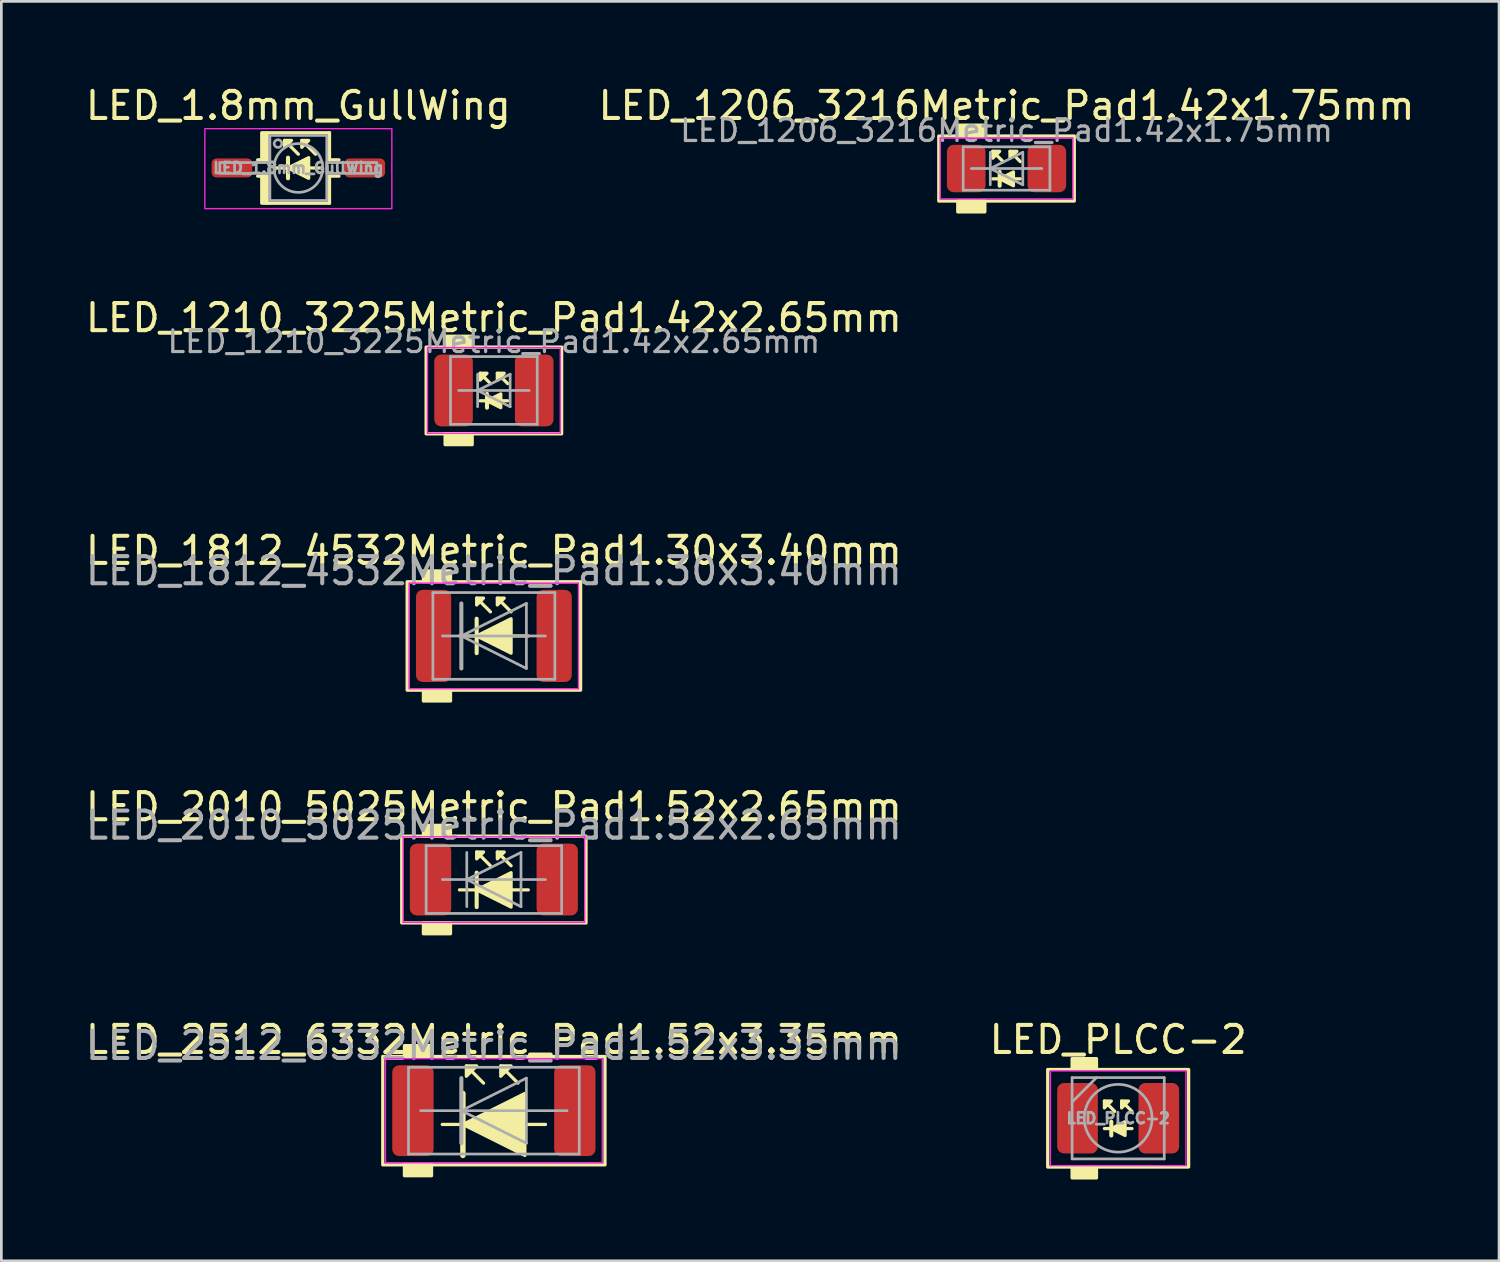
<source format=kicad_pcb>
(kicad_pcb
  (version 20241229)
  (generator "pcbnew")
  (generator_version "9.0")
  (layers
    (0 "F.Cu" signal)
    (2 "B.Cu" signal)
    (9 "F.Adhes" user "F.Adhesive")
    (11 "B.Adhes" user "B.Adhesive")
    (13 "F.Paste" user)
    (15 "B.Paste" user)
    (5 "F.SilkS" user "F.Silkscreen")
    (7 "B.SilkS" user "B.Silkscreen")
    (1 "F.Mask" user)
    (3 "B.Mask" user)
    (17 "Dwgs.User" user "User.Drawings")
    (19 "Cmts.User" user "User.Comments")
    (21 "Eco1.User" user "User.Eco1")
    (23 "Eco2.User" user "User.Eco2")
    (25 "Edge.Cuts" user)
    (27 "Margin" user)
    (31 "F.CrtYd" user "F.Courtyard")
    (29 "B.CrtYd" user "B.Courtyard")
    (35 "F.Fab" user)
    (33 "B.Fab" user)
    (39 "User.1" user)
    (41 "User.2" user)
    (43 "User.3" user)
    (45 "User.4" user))
  (footprint "LED_2010_5025Metric_Pad1.52x2.65mm"
    (layer "F.Cu")
    (at 15.173 29.403)
    (property "Reference" "LED_2010_5025Metric_Pad1.52x2.65mm" (at 0 -2.68 0) (layer "F.SilkS") (effects (font (size 1 1) (thickness 0.15))))
    (attr smd)
    (fp_line (start -0.635 -1.016) (end -0.127 -0.508) (stroke (width 0.12) (type solid)) (layer "F.SilkS"))
    (fp_line (start -0.635 -0.254) (end -0.635 1.016) (stroke (width 0.15) (type default)) (layer "F.SilkS"))
    (fp_line (start 0.127 -1.016) (end 0.635 -0.508) (stroke (width 0.12) (type solid)) (layer "F.SilkS"))
    (fp_line (start 1.27 0.381) (end -1.27 0.381) (stroke (width 0.12) (type default)) (layer "F.SilkS"))
    (fp_rect (start -3.4 -1.6) (end 3.4 1.6) (stroke (width 0.12) (type solid)) (fill no) (layer "F.SilkS"))
    (fp_rect (start -2.6 -2) (end -1.6 -1.6) (stroke (width 0.12) (type solid)) (fill yes) (layer "F.SilkS"))
    (fp_rect (start -2.6 1.6) (end -1.6 2) (stroke (width 0.12) (type solid)) (fill yes) (layer "F.SilkS"))
    (fp_poly (pts (xy -0.635 -0.762) (xy -0.381 -1.016) (xy -0.635 -1.016)) (stroke (width 0.12) (type solid)) (fill yes) (layer "F.SilkS"))
    (fp_poly (pts (xy -0.635 0.381) (xy 0.635 -0.254) (xy 0.635 1.016)) (stroke (width 0.12) (type solid)) (fill yes) (layer "F.SilkS"))
    (fp_poly (pts (xy 0.127 -0.762) (xy 0.381 -1.016) (xy 0.127 -1.016)) (stroke (width 0.12) (type solid)) (fill yes) (layer "F.SilkS"))
    (fp_line (start -3.35 -1.58) (end 3.35 -1.58) (stroke (width 0.05) (type solid)) (layer "F.CrtYd"))
    (fp_line (start -3.35 1.58) (end -3.35 -1.58) (stroke (width 0.05) (type solid)) (layer "F.CrtYd"))
    (fp_line (start 3.35 -1.58) (end 3.35 1.58) (stroke (width 0.05) (type solid)) (layer "F.CrtYd"))
    (fp_line (start 3.35 1.58) (end -3.35 1.58) (stroke (width 0.05) (type solid)) (layer "F.CrtYd"))
    (fp_line (start -2.5 -1.25) (end -2.5 1.25) (stroke (width 0.1) (type solid)) (layer "F.Fab"))
    (fp_line (start -2.5 1.25) (end 2.5 1.25) (stroke (width 0.1) (type solid)) (layer "F.Fab"))
    (fp_line (start -1.9 0) (end 1.9 0) (stroke (width 0.1) (type default)) (layer "F.Fab"))
    (fp_line (start -1 -1) (end -1 1) (stroke (width 0.1) (type default)) (layer "F.Fab"))
    (fp_line (start -1 0) (end 1 -1) (stroke (width 0.1) (type default)) (layer "F.Fab"))
    (fp_line (start 1 -1) (end 1 1) (stroke (width 0.1) (type default)) (layer "F.Fab"))
    (fp_line (start 1 1) (end -1 0) (stroke (width 0.1) (type default)) (layer "F.Fab"))
    (fp_line (start 2.5 -1.25) (end -2.5 -1.25) (stroke (width 0.1) (type solid)) (layer "F.Fab"))
    (fp_line (start 2.5 1.25) (end 2.5 -1.25) (stroke (width 0.1) (type solid)) (layer "F.Fab"))
    (fp_text user "${REFERENCE}" (at 0 -2 0) (layer "F.Fab") (effects (font (size 1 1) (thickness 0.15))))
    (pad "1" smd roundrect (at -2.337 0) (size 1.525 2.65) (layers "F.Cu" "F.Mask" "F.Paste") (roundrect_rratio 0.164))
    (pad "2" smd roundrect (at 2.337 0) (size 1.525 2.65) (layers "F.Cu" "F.Mask" "F.Paste") (roundrect_rratio 0.164)))
  (footprint "LED_1206_3216Metric_Pad1.42x1.75mm"
    (layer "F.Cu")
    (at 34.089 3.168)
    (property "Reference" "LED_1206_3216Metric_Pad1.42x1.75mm" (at 0 -2.32 0) (layer "F.SilkS") (effects (font (size 1 1) (thickness 0.15))))
    (attr smd)
    (fp_line (start -0.508 -0.635) (end -0.127 -0.254) (stroke (width 0.12) (type solid)) (layer "F.SilkS"))
    (fp_line (start -0.254 0.127) (end -0.254 0.635) (stroke (width 0.15) (type default)) (layer "F.SilkS"))
    (fp_line (start 0.127 -0.635) (end 0.508 -0.254) (stroke (width 0.12) (type solid)) (layer "F.SilkS"))
    (fp_line (start 0.508 0.381) (end -0.508 0.381) (stroke (width 0.12) (type default)) (layer "F.SilkS"))
    (fp_rect (start -2.5 -1.2) (end 2.5 1.2) (stroke (width 0.12) (type solid)) (fill no) (layer "F.SilkS"))
    (fp_rect (start -1.8 -1.6) (end -0.8 -1.2) (stroke (width 0.12) (type solid)) (fill yes) (layer "F.SilkS"))
    (fp_rect (start -1.8 1.2) (end -0.8 1.6) (stroke (width 0.12) (type solid)) (fill yes) (layer "F.SilkS"))
    (fp_poly (pts (xy -0.508 -0.381) (xy -0.254 -0.635) (xy -0.508 -0.635)) (stroke (width 0.12) (type solid)) (fill yes) (layer "F.SilkS"))
    (fp_poly (pts (xy -0.254 0.381) (xy 0.254 0.127) (xy 0.254 0.635)) (stroke (width 0.12) (type solid)) (fill yes) (layer "F.SilkS"))
    (fp_poly (pts (xy 0.127 -0.381) (xy 0.381 -0.635) (xy 0.127 -0.635)) (stroke (width 0.12) (type solid)) (fill yes) (layer "F.SilkS"))
    (fp_line (start -2.45 -1.12) (end 2.45 -1.12) (stroke (width 0.05) (type solid)) (layer "F.CrtYd"))
    (fp_line (start -2.45 1.12) (end -2.45 -1.12) (stroke (width 0.05) (type solid)) (layer "F.CrtYd"))
    (fp_line (start 2.45 -1.12) (end 2.45 1.12) (stroke (width 0.05) (type solid)) (layer "F.CrtYd"))
    (fp_line (start 2.45 1.12) (end -2.45 1.12) (stroke (width 0.05) (type solid)) (layer "F.CrtYd"))
    (fp_line (start -1.6 -0.8) (end -1.6 0.8) (stroke (width 0.1) (type solid)) (layer "F.Fab"))
    (fp_line (start -1.6 0.8) (end 1.6 0.8) (stroke (width 0.1) (type solid)) (layer "F.Fab"))
    (fp_line (start -1.3 0) (end 1.3 0) (stroke (width 0.1) (type default)) (layer "F.Fab"))
    (fp_line (start -0.6 -0.6) (end -0.6 0.6) (stroke (width 0.1) (type default)) (layer "F.Fab"))
    (fp_line (start -0.6 0) (end 0.6 -0.6) (stroke (width 0.1) (type default)) (layer "F.Fab"))
    (fp_line (start 0.6 -0.6) (end 0.6 0.6) (stroke (width 0.1) (type default)) (layer "F.Fab"))
    (fp_line (start 0.6 0.6) (end -0.6 0) (stroke (width 0.1) (type default)) (layer "F.Fab"))
    (fp_line (start 1.6 -0.8) (end -1.6 -0.8) (stroke (width 0.1) (type solid)) (layer "F.Fab"))
    (fp_line (start 1.6 0.8) (end 1.6 -0.8) (stroke (width 0.1) (type solid)) (layer "F.Fab"))
    (fp_text user "${REFERENCE}" (at 0 -1.4 0) (layer "F.Fab") (effects (font (size 0.8 0.8) (thickness 0.12))))
    (pad "1" smd roundrect (at -1.488 0) (size 1.425 1.75) (layers "F.Cu" "F.Mask" "F.Paste") (roundrect_rratio 0.175))
    (pad "2" smd roundrect (at 1.488 0) (size 1.425 1.75) (layers "F.Cu" "F.Mask" "F.Paste") (roundrect_rratio 0.175)))
  (footprint "LED_1210_3225Metric_Pad1.42x2.65mm"
    (layer "F.Cu")
    (at 15.173 11.357)
    (property "Reference" "LED_1210_3225Metric_Pad1.42x2.65mm" (at 0 -2.68 0) (layer "F.SilkS") (effects (font (size 1 1) (thickness 0.15))))
    (attr smd)
    (fp_line (start -0.508 -0.635) (end -0.127 -0.254) (stroke (width 0.12) (type solid)) (layer "F.SilkS"))
    (fp_line (start -0.254 0.127) (end -0.254 0.635) (stroke (width 0.15) (type default)) (layer "F.SilkS"))
    (fp_line (start 0.127 -0.635) (end 0.508 -0.254) (stroke (width 0.12) (type solid)) (layer "F.SilkS"))
    (fp_line (start 0.508 0.381) (end -0.508 0.381) (stroke (width 0.12) (type default)) (layer "F.SilkS"))
    (fp_rect (start -2.5 -1.6) (end 2.5 1.6) (stroke (width 0.12) (type solid)) (fill no) (layer "F.SilkS"))
    (fp_rect (start -1.8 -2) (end -0.8 -1.6) (stroke (width 0.12) (type solid)) (fill yes) (layer "F.SilkS"))
    (fp_rect (start -1.8 1.6) (end -0.8 2) (stroke (width 0.12) (type solid)) (fill yes) (layer "F.SilkS"))
    (fp_poly (pts (xy -0.508 -0.381) (xy -0.254 -0.635) (xy -0.508 -0.635)) (stroke (width 0.12) (type solid)) (fill yes) (layer "F.SilkS"))
    (fp_poly (pts (xy -0.254 0.381) (xy 0.254 0.127) (xy 0.254 0.635)) (stroke (width 0.12) (type solid)) (fill yes) (layer "F.SilkS"))
    (fp_poly (pts (xy 0.127 -0.381) (xy 0.381 -0.635) (xy 0.127 -0.635)) (stroke (width 0.12) (type solid)) (fill yes) (layer "F.SilkS"))
    (fp_line (start -2.45 -1.58) (end 2.45 -1.58) (stroke (width 0.05) (type solid)) (layer "F.CrtYd"))
    (fp_line (start -2.45 1.58) (end -2.45 -1.58) (stroke (width 0.05) (type solid)) (layer "F.CrtYd"))
    (fp_line (start 2.45 -1.58) (end 2.45 1.58) (stroke (width 0.05) (type solid)) (layer "F.CrtYd"))
    (fp_line (start 2.45 1.58) (end -2.45 1.58) (stroke (width 0.05) (type solid)) (layer "F.CrtYd"))
    (fp_line (start -1.6 -1.25) (end -1.6 1.25) (stroke (width 0.1) (type solid)) (layer "F.Fab"))
    (fp_line (start -1.6 1.25) (end 1.6 1.25) (stroke (width 0.1) (type solid)) (layer "F.Fab"))
    (fp_line (start -1.3 0) (end 1.3 0) (stroke (width 0.1) (type default)) (layer "F.Fab"))
    (fp_line (start -0.6 -0.6) (end -0.6 0.6) (stroke (width 0.1) (type default)) (layer "F.Fab"))
    (fp_line (start -0.6 0) (end 0.6 -0.6) (stroke (width 0.1) (type default)) (layer "F.Fab"))
    (fp_line (start 0.6 -0.6) (end 0.6 0.6) (stroke (width 0.1) (type default)) (layer "F.Fab"))
    (fp_line (start 0.6 0.6) (end -0.6 0) (stroke (width 0.1) (type default)) (layer "F.Fab"))
    (fp_line (start 1.6 -1.25) (end -1.6 -1.25) (stroke (width 0.1) (type solid)) (layer "F.Fab"))
    (fp_line (start 1.6 1.25) (end 1.6 -1.25) (stroke (width 0.1) (type solid)) (layer "F.Fab"))
    (fp_text user "${REFERENCE}" (at 0 -1.8 0) (layer "F.Fab") (effects (font (size 0.8 0.8) (thickness 0.12))))
    (pad "1" smd roundrect (at -1.488 0) (size 1.425 2.65) (layers "F.Cu" "F.Mask" "F.Paste") (roundrect_rratio 0.175))
    (pad "2" smd roundrect (at 1.488 0) (size 1.425 2.65) (layers "F.Cu" "F.Mask" "F.Paste") (roundrect_rratio 0.175)))
  (footprint "LED_2512_6332Metric_Pad1.52x3.35mm"
    (layer "F.Cu")
    (at 15.173 37.931)
    (property "Reference" "LED_2512_6332Metric_Pad1.52x3.35mm" (at 0 -2.62 0) (layer "F.SilkS") (effects (font (size 1 1) (thickness 0.15))))
    (attr smd)
    (fp_line (start -1.143 -0.635) (end -1.143 1.651) (stroke (width 0.2) (type default)) (layer "F.SilkS"))
    (fp_line (start -1.016 -1.651) (end -0.381 -1.016) (stroke (width 0.12) (type solid)) (layer "F.SilkS"))
    (fp_line (start 0.254 -1.651) (end 0.889 -1.016) (stroke (width 0.12) (type solid)) (layer "F.SilkS"))
    (fp_line (start 1.905 0.508) (end -1.905 0.508) (stroke (width 0.12) (type default)) (layer "F.SilkS"))
    (fp_rect (start -4.1 -2) (end 4.1 2) (stroke (width 0.12) (type solid)) (fill no) (layer "F.SilkS"))
    (fp_rect (start -3.3 -2.4) (end -2.3 -2) (stroke (width 0.12) (type solid)) (fill yes) (layer "F.SilkS"))
    (fp_rect (start -3.3 2) (end -2.3 2.4) (stroke (width 0.12) (type solid)) (fill yes) (layer "F.SilkS"))
    (fp_poly (pts (xy -1.143 0.508) (xy 1.143 -0.635) (xy 1.143 1.651)) (stroke (width 0.12) (type solid)) (fill yes) (layer "F.SilkS"))
    (fp_poly (pts (xy -1.016 -1.27) (xy -0.635 -1.651) (xy -1.016 -1.651)) (stroke (width 0.12) (type solid)) (fill yes) (layer "F.SilkS"))
    (fp_poly (pts (xy 0.254 -1.27) (xy 0.635 -1.651) (xy 0.254 -1.651)) (stroke (width 0.12) (type solid)) (fill yes) (layer "F.SilkS"))
    (fp_line (start -4 -1.92) (end 4 -1.92) (stroke (width 0.05) (type solid)) (layer "F.CrtYd"))
    (fp_line (start -4 1.92) (end -4 -1.92) (stroke (width 0.05) (type solid)) (layer "F.CrtYd"))
    (fp_line (start 4 -1.92) (end 4 1.92) (stroke (width 0.05) (type solid)) (layer "F.CrtYd"))
    (fp_line (start 4 1.92) (end -4 1.92) (stroke (width 0.05) (type solid)) (layer "F.CrtYd"))
    (fp_line (start -3.15 -1.6) (end -3.15 1.6) (stroke (width 0.1) (type solid)) (layer "F.Fab"))
    (fp_line (start -3.15 1.6) (end 3.15 1.6) (stroke (width 0.1) (type solid)) (layer "F.Fab"))
    (fp_line (start -2.7 0) (end 2.7 0) (stroke (width 0.1) (type default)) (layer "F.Fab"))
    (fp_line (start -1.2 -1.2) (end -1.2 1.2) (stroke (width 0.15) (type default)) (layer "F.Fab"))
    (fp_line (start -1.2 0) (end 1.2 -1.2) (stroke (width 0.1) (type default)) (layer "F.Fab"))
    (fp_line (start 1.2 -1.2) (end 1.2 1.2) (stroke (width 0.1) (type default)) (layer "F.Fab"))
    (fp_line (start 1.2 1.2) (end -1.2 0) (stroke (width 0.1) (type default)) (layer "F.Fab"))
    (fp_line (start 3.15 -1.6) (end -3.15 -1.6) (stroke (width 0.1) (type solid)) (layer "F.Fab"))
    (fp_line (start 3.15 1.6) (end 3.15 -1.6) (stroke (width 0.1) (type solid)) (layer "F.Fab"))
    (fp_text user "${REFERENCE}" (at 0 -2.4 0) (layer "F.Fab") (effects (font (size 1 1) (thickness 0.15))))
    (pad "1" smd roundrect (at -2.987 0) (size 1.525 3.35) (layers "F.Cu" "F.Mask" "F.Paste") (roundrect_rratio 0.164))
    (pad "2" smd roundrect (at 2.987 0) (size 1.525 3.35) (layers "F.Cu" "F.Mask" "F.Paste") (roundrect_rratio 0.164)))
  (footprint "LED_PLCC-2"
    (layer "F.Cu")
    (at 38.208 38.211)
    (property "Reference" "LED_PLCC-2" (at 0 -2.9 0) (layer "F.SilkS") (effects (font (size 1 1) (thickness 0.15))))
    (attr smd)
    (fp_line (start -0.508 -0.635) (end -0.127 -0.254) (stroke (width 0.12) (type solid)) (layer "F.SilkS"))
    (fp_line (start -0.254 0.127) (end -0.254 0.635) (stroke (width 0.15) (type default)) (layer "F.SilkS"))
    (fp_line (start 0.127 -0.635) (end 0.508 -0.254) (stroke (width 0.12) (type solid)) (layer "F.SilkS"))
    (fp_line (start 0.508 0.381) (end -0.508 0.381) (stroke (width 0.12) (type default)) (layer "F.SilkS"))
    (fp_rect (start -2.6 -1.8) (end 2.6 1.8) (stroke (width 0.12) (type solid)) (fill no) (layer "F.SilkS"))
    (fp_rect (start -1.7 -2.2) (end -0.8 -1.8) (stroke (width 0.12) (type solid)) (fill yes) (layer "F.SilkS"))
    (fp_rect (start -1.7 1.8) (end -0.8 2.2) (stroke (width 0.12) (type solid)) (fill yes) (layer "F.SilkS"))
    (fp_poly (pts (xy -0.508 -0.381) (xy -0.254 -0.635) (xy -0.508 -0.635)) (stroke (width 0.12) (type solid)) (fill yes) (layer "F.SilkS"))
    (fp_poly (pts (xy -0.254 0.381) (xy 0.254 0.127) (xy 0.254 0.635)) (stroke (width 0.12) (type solid)) (fill yes) (layer "F.SilkS"))
    (fp_poly (pts (xy 0.127 -0.381) (xy 0.381 -0.635) (xy 0.127 -0.635)) (stroke (width 0.12) (type solid)) (fill yes) (layer "F.SilkS"))
    (fp_line (start -2.5 -1.75) (end 2.5 -1.75) (stroke (width 0.05) (type solid)) (layer "F.CrtYd"))
    (fp_line (start -2.5 1.75) (end -2.5 -1.75) (stroke (width 0.05) (type solid)) (layer "F.CrtYd"))
    (fp_line (start 2.5 -1.75) (end 2.5 1.75) (stroke (width 0.05) (type solid)) (layer "F.CrtYd"))
    (fp_line (start 2.5 1.75) (end -2.5 1.75) (stroke (width 0.05) (type solid)) (layer "F.CrtYd"))
    (fp_line (start -1.7 -1.5) (end -1.7 1.5) (stroke (width 0.1) (type solid)) (layer "F.Fab"))
    (fp_line (start -1.7 -0.6) (end -0.8 -1.5) (stroke (width 0.1) (type solid)) (layer "F.Fab"))
    (fp_line (start -1.7 1.5) (end 1.7 1.5) (stroke (width 0.1) (type solid)) (layer "F.Fab"))
    (fp_line (start 1.7 -1.5) (end -1.7 -1.5) (stroke (width 0.1) (type solid)) (layer "F.Fab"))
    (fp_line (start 1.7 1.5) (end 1.7 -1.5) (stroke (width 0.1) (type solid)) (layer "F.Fab"))
    (fp_circle (center 0 0) (end 0 -1.25) (stroke (width 0.1) (type solid)) (fill no) (layer "F.Fab"))
    (fp_text user "${REFERENCE}" (at 0 0 0) (layer "F.Fab") (effects (font (size 0.4 0.4) (thickness 0.1))))
    (pad "1" smd roundrect (at -1.5 0) (size 1.5 2.6) (layers "F.Cu" "F.Mask" "F.Paste") (roundrect_rratio 0.167))
    (pad "2" smd roundrect (at 1.5 0) (size 1.5 2.6) (layers "F.Cu" "F.Mask" "F.Paste") (roundrect_rratio 0.167)))
  (footprint "LED_1.8mm_GullWing"
    (layer "F.Cu")
    (at 7.958 3.148)
    (property "Reference" "LED_1.8mm_GullWing" (at 0 -2.3 0) (layer "F.SilkS") (effects (font (size 1 1) (thickness 0.15))))
    (attr smd)
    (fp_line (start -1.15 -1.3) (end 1.15 -1.3) (stroke (width 0.12) (type default)) (layer "F.SilkS"))
    (fp_line (start -1.15 -0.3) (end -1.5 -0.3) (stroke (width 0.12) (type default)) (layer "F.SilkS"))
    (fp_line (start -1.15 0.3) (end -1.5 0.3) (stroke (width 0.12) (type default)) (layer "F.SilkS"))
    (fp_line (start -0.508 -1.016) (end 0 -0.508) (stroke (width 0.12) (type solid)) (layer "F.SilkS"))
    (fp_line (start -0.381 -0.381) (end -0.381 0.381) (stroke (width 0.15) (type default)) (layer "F.SilkS"))
    (fp_line (start 0.127 -1.016) (end 0.635 -0.508) (stroke (width 0.12) (type solid)) (layer "F.SilkS"))
    (fp_line (start 0.889 0) (end -0.889 0) (stroke (width 0.12) (type default)) (layer "F.SilkS"))
    (fp_line (start 1.15 -1.3) (end 1.15 -0.3) (stroke (width 0.12) (type default)) (layer "F.SilkS"))
    (fp_line (start 1.15 -0.3) (end 1.5 -0.3) (stroke (width 0.12) (type default)) (layer "F.SilkS"))
    (fp_line (start 1.15 0.3) (end 1.15 1.3) (stroke (width 0.12) (type default)) (layer "F.SilkS"))
    (fp_line (start 1.15 1.3) (end -1.15 1.3) (stroke (width 0.12) (type default)) (layer "F.SilkS"))
    (fp_line (start 1.5 0.3) (end 1.15 0.3) (stroke (width 0.12) (type default)) (layer "F.SilkS"))
    (fp_rect (start -1.35 -1.3) (end -1.15 -0.3) (stroke (width 0.12) (type default)) (fill yes) (layer "F.SilkS"))
    (fp_rect (start -1.35 0.3) (end -1.15 1.3) (stroke (width 0.12) (type default)) (fill yes) (layer "F.SilkS"))
    (fp_poly (pts (xy -0.508 -0.762) (xy -0.254 -1.016) (xy -0.508 -1.016)) (stroke (width 0.12) (type solid)) (fill yes) (layer "F.SilkS"))
    (fp_poly (pts (xy -0.381 0) (xy 0.381 -0.381) (xy 0.381 0.381)) (stroke (width 0.12) (type solid)) (fill yes) (layer "F.SilkS"))
    (fp_poly (pts (xy 0.127 -0.762) (xy 0.381 -1.016) (xy 0.127 -1.016)) (stroke (width 0.12) (type solid)) (fill yes) (layer "F.SilkS"))
    (fp_rect (start -3.45 -1.45) (end 3.45 1.5) (stroke (width 0.05) (type default)) (fill no) (layer "F.CrtYd"))
    (fp_rect (start -2.9 -0.2) (end -1.05 0.2) (stroke (width 0.1) (type default)) (fill no) (layer "F.Fab"))
    (fp_rect (start -1.05 -1.2) (end 1.05 1.2) (stroke (width 0.1) (type default)) (fill no) (layer "F.Fab"))
    (fp_rect (start 1.05 -0.2) (end 2.9 0.2) (stroke (width 0.1) (type default)) (fill no) (layer "F.Fab"))
    (fp_circle (center -0.75 -0.9) (end -0.65 -0.8) (stroke (width 0.1) (type default)) (fill no) (layer "F.Fab"))
    (fp_circle (center 0 0) (end 0.9 0) (stroke (width 0.1) (type default)) (fill no) (layer "F.Fab"))
    (fp_text user "${REFERENCE}" (at 0 0 0) (layer "F.Fab") (effects (font (size 0.4 0.4) (thickness 0.6))))
    (pad "1" smd roundrect (at -2.45 0) (size 1.5 0.7) (layers "F.Cu" "F.Mask" "F.Paste") (roundrect_rratio 0.25))
    (pad "2" smd roundrect (at 2.45 0) (size 1.5 0.7) (layers "F.Cu" "F.Mask" "F.Paste") (roundrect_rratio 0.25)))
  (footprint "LED_1812_4532Metric_Pad1.30x3.40mm"
    (layer "F.Cu")
    (at 15.173 20.415)
    (property "Reference" "LED_1812_4532Metric_Pad1.30x3.40mm" (at 0 -3.15 0) (layer "F.SilkS") (effects (font (size 1 1) (thickness 0.15))))
    (attr smd)
    (fp_line (start -0.635 -1.397) (end -0.127 -0.889) (stroke (width 0.12) (type solid)) (layer "F.SilkS"))
    (fp_line (start -0.635 -0.635) (end -0.635 0.635) (stroke (width 0.15) (type default)) (layer "F.SilkS"))
    (fp_line (start 0.127 -1.397) (end 0.635 -0.889) (stroke (width 0.12) (type solid)) (layer "F.SilkS"))
    (fp_line (start 1.27 0) (end -1.27 0) (stroke (width 0.12) (type default)) (layer "F.SilkS"))
    (fp_rect (start -3.2 -2) (end 3.2 2) (stroke (width 0.12) (type solid)) (fill no) (layer "F.SilkS"))
    (fp_rect (start -2.6 -2.4) (end -1.6 -2) (stroke (width 0.12) (type solid)) (fill yes) (layer "F.SilkS"))
    (fp_rect (start -2.6 2) (end -1.6 2.4) (stroke (width 0.12) (type solid)) (fill yes) (layer "F.SilkS"))
    (fp_poly (pts (xy -0.635 -1.143) (xy -0.381 -1.397) (xy -0.635 -1.397)) (stroke (width 0.12) (type solid)) (fill yes) (layer "F.SilkS"))
    (fp_poly (pts (xy -0.635 0) (xy 0.635 -0.635) (xy 0.635 0.635)) (stroke (width 0.12) (type solid)) (fill yes) (layer "F.SilkS"))
    (fp_poly (pts (xy 0.127 -1.143) (xy 0.381 -1.397) (xy 0.127 -1.397)) (stroke (width 0.12) (type solid)) (fill yes) (layer "F.SilkS"))
    (fp_line (start -3.12 -1.95) (end 3.12 -1.95) (stroke (width 0.05) (type solid)) (layer "F.CrtYd"))
    (fp_line (start -3.12 1.95) (end -3.12 -1.95) (stroke (width 0.05) (type solid)) (layer "F.CrtYd"))
    (fp_line (start 3.12 -1.95) (end 3.12 1.95) (stroke (width 0.05) (type solid)) (layer "F.CrtYd"))
    (fp_line (start 3.12 1.95) (end -3.12 1.95) (stroke (width 0.05) (type solid)) (layer "F.CrtYd"))
    (fp_line (start -2.25 -1.6) (end -2.25 1.6) (stroke (width 0.1) (type solid)) (layer "F.Fab"))
    (fp_line (start -2.25 1.6) (end 2.25 1.6) (stroke (width 0.1) (type solid)) (layer "F.Fab"))
    (fp_line (start -1.9 0) (end 1.9 0) (stroke (width 0.1) (type default)) (layer "F.Fab"))
    (fp_line (start -1.2 -1.2) (end -1.2 1.2) (stroke (width 0.15) (type default)) (layer "F.Fab"))
    (fp_line (start -1.2 0) (end 1.2 -1.2) (stroke (width 0.1) (type default)) (layer "F.Fab"))
    (fp_line (start 1.2 -1.2) (end 1.2 1.2) (stroke (width 0.1) (type default)) (layer "F.Fab"))
    (fp_line (start 1.2 1.2) (end -1.2 0) (stroke (width 0.1) (type default)) (layer "F.Fab"))
    (fp_line (start 2.25 -1.6) (end -2.25 -1.6) (stroke (width 0.1) (type solid)) (layer "F.Fab"))
    (fp_line (start 2.25 1.6) (end 2.25 -1.6) (stroke (width 0.1) (type solid)) (layer "F.Fab"))
    (fp_text user "${REFERENCE}" (at 0 -2.4 0) (layer "F.Fab") (effects (font (size 1 1) (thickness 0.15))))
    (pad "1" smd roundrect (at -2.225 0) (size 1.3 3.4) (layers "F.Cu" "F.Mask" "F.Paste") (roundrect_rratio 0.192))
    (pad "2" smd roundrect (at 2.225 0) (size 1.3 3.4) (layers "F.Cu" "F.Mask" "F.Paste") (roundrect_rratio 0.192)))
  (gr_rect
    (start -3 -3)
    (end 52.262 43.471)
    (stroke (width 0.1) (type default))
    (fill no)
    (layer "Edge.Cuts")))
</source>
